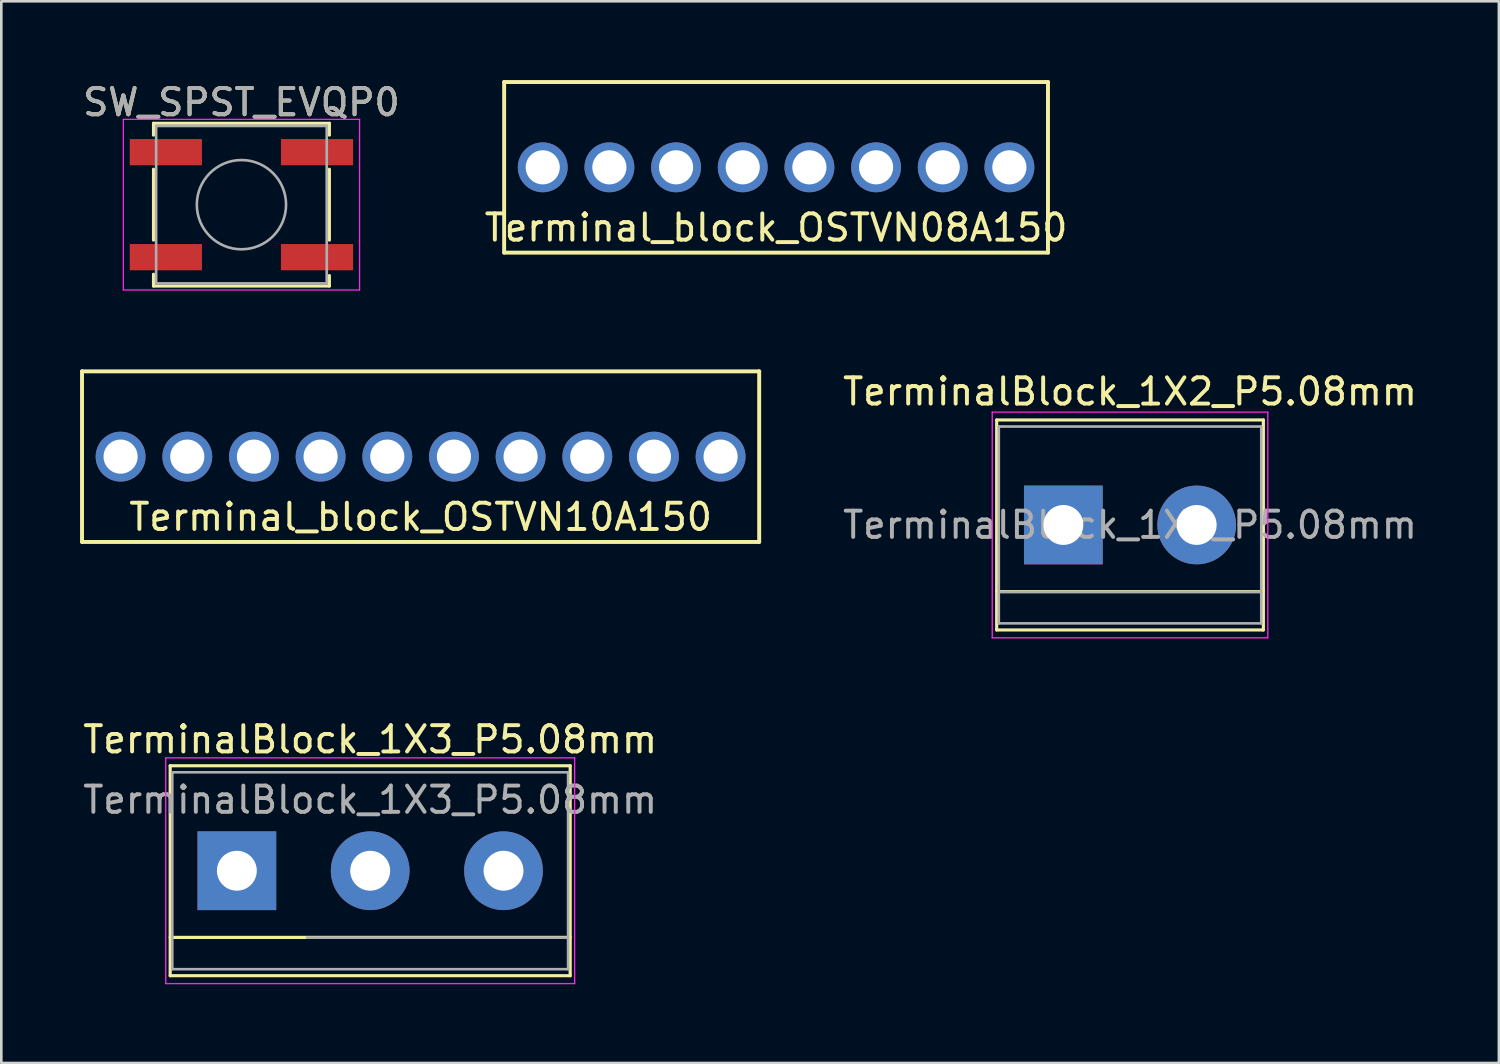
<source format=kicad_pcb>
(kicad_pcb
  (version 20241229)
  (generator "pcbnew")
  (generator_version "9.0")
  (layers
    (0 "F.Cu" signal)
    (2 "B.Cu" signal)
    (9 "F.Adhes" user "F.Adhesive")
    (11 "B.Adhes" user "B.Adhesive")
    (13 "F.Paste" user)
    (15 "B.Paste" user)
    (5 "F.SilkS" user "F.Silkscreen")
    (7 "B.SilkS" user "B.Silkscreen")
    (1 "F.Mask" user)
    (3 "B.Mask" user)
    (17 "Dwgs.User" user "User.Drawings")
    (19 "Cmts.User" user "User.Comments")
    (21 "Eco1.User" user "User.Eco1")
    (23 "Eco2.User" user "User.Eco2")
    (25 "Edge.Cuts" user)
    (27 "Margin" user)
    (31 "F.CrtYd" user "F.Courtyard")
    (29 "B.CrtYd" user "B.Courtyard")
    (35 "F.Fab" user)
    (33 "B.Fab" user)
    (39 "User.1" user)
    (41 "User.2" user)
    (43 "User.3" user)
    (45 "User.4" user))
  (footprint "SW_SPST_EVQP0"
    (layer "F.Cu")
    (at 6.149 4.748)
    (property "Reference" "SW_SPST_EVQP0" (at 0 -3.9 0) (layer "F.SilkS") (effects (font (size 1 1) (thickness 0.15))))
    (attr smd)
    (fp_line (start -3.35 -3.1) (end 3.35 -3.1) (stroke (width 0.12) (type solid)) (layer "F.SilkS"))
    (fp_line (start -3.35 -2.65) (end -3.35 -3.1) (stroke (width 0.12) (type solid)) (layer "F.SilkS"))
    (fp_line (start -3.35 1.35) (end -3.35 -1.35) (stroke (width 0.12) (type solid)) (layer "F.SilkS"))
    (fp_line (start -3.35 2.65) (end -3.35 3.1) (stroke (width 0.12) (type solid)) (layer "F.SilkS"))
    (fp_line (start -3.35 3.1) (end 3.35 3.1) (stroke (width 0.12) (type solid)) (layer "F.SilkS"))
    (fp_line (start 3.35 -3.1) (end 3.35 -2.65) (stroke (width 0.12) (type solid)) (layer "F.SilkS"))
    (fp_line (start 3.35 -1.35) (end 3.35 1.35) (stroke (width 0.12) (type solid)) (layer "F.SilkS"))
    (fp_line (start 3.35 3.1) (end 3.35 2.7) (stroke (width 0.12) (type solid)) (layer "F.SilkS"))
    (fp_line (start -4.5 -3.25) (end 4.5 -3.25) (stroke (width 0.05) (type solid)) (layer "F.CrtYd"))
    (fp_line (start -4.5 3.25) (end -4.5 -3.25) (stroke (width 0.05) (type solid)) (layer "F.CrtYd"))
    (fp_line (start 4.5 -3.25) (end 4.5 3.25) (stroke (width 0.05) (type solid)) (layer "F.CrtYd"))
    (fp_line (start 4.5 3.25) (end -4.5 3.25) (stroke (width 0.05) (type solid)) (layer "F.CrtYd"))
    (fp_line (start -3.25 -3) (end 3.25 -3) (stroke (width 0.1) (type solid)) (layer "F.Fab"))
    (fp_line (start -3.25 3) (end -3.25 -3) (stroke (width 0.1) (type solid)) (layer "F.Fab"))
    (fp_line (start 3.25 -3) (end 3.25 3) (stroke (width 0.1) (type solid)) (layer "F.Fab"))
    (fp_line (start 3.25 3) (end -3.25 3) (stroke (width 0.1) (type solid)) (layer "F.Fab"))
    (fp_circle (center 0 0) (end 1.7 0) (stroke (width 0.1) (type solid)) (fill no) (layer "F.Fab"))
    (fp_text user "${REFERENCE}" (at 0 -3.9 0) (layer "F.Fab") (effects (font (size 1 1) (thickness 0.15))))
    (pad "1" smd rect (at -2.88 -2) (size 2.75 1) (layers "F.Cu" "F.Mask" "F.Paste"))
    (pad "1" smd rect (at 2.88 -2) (size 2.75 1) (layers "F.Cu" "F.Mask" "F.Paste"))
    (pad "2" smd rect (at -2.88 2) (size 2.75 1) (layers "F.Cu" "F.Mask" "F.Paste"))
    (pad "2" smd rect (at 2.88 2) (size 2.75 1) (layers "F.Cu" "F.Mask" "F.Paste")))
  (footprint "TerminalBlock_1X3_P5.08mm"
    (layer "F.Cu")
    (at 11.054 30.125)
    (property "Reference" "TerminalBlock_1X3_P5.08mm" (at 0 -5 0) (layer "F.SilkS") (effects (font (size 1 1) (thickness 0.15))))
    (attr through_hole)
    (fp_line (start -7.62 -4) (end -7.62 4) (stroke (width 0.12) (type solid)) (layer "F.SilkS"))
    (fp_line (start -7.62 4) (end 7.62 4) (stroke (width 0.12) (type solid)) (layer "F.SilkS"))
    (fp_line (start 7.62 -4) (end -7.62 -4) (stroke (width 0.12) (type solid)) (layer "F.SilkS"))
    (fp_line (start 7.62 2.54) (end -7.62 2.54) (stroke (width 0.12) (type solid)) (layer "F.SilkS"))
    (fp_line (start 7.62 4) (end 7.62 -4) (stroke (width 0.12) (type solid)) (layer "F.SilkS"))
    (fp_line (start -7.79 -4.3) (end -7.79 4.3) (stroke (width 0.05) (type solid)) (layer "F.CrtYd"))
    (fp_line (start -7.79 -4.3) (end 7.79 -4.3) (stroke (width 0.05) (type solid)) (layer "F.CrtYd"))
    (fp_line (start 7.79 4.3) (end -7.79 4.3) (stroke (width 0.05) (type solid)) (layer "F.CrtYd"))
    (fp_line (start 7.79 4.3) (end 7.79 -4.3) (stroke (width 0.05) (type solid)) (layer "F.CrtYd"))
    (fp_line (start -7.54 -3.75) (end -7.54 3.75) (stroke (width 0.1) (type solid)) (layer "F.Fab"))
    (fp_line (start -7.54 3.75) (end 7.54 3.75) (stroke (width 0.1) (type solid)) (layer "F.Fab"))
    (fp_line (start -2.41 2.55) (end 7.49 2.55) (stroke (width 0.1) (type solid)) (layer "F.Fab"))
    (fp_line (start 7.54 -3.75) (end -7.54 -3.75) (stroke (width 0.1) (type solid)) (layer "F.Fab"))
    (fp_line (start 7.54 3.75) (end 7.54 -3.75) (stroke (width 0.1) (type solid)) (layer "F.Fab"))
    (fp_text user "${REFERENCE}" (at 0 -2.7 0) (layer "F.Fab") (effects (font (size 1 1) (thickness 0.15))))
    (pad "1" thru_hole rect (at -5.08 0) (size 3 3) (drill 1.52) (layers "*.Cu" "*.Mask"))
    (pad "2" thru_hole circle (at 0 0) (size 3 3) (drill 1.52) (layers "*.Cu" "*.Mask"))
    (pad "3" thru_hole circle (at 5.08 0) (size 3 3) (drill 1.52) (layers "*.Cu" "*.Mask")))
  (footprint "Terminal_block_OSTVN08A150"
    (layer "F.Cu")
    (at 26.518 3.325)
    (property "Reference" "Terminal_block_OSTVN08A150" (at 0 2.3 0) (layer "F.SilkS") (effects (font (size 1 1) (thickness 0.15))))
    (attr through_hole)
    (fp_line (start -10.36 -3.25) (end 10.36 -3.25) (stroke (width 0.15) (type solid)) (layer "F.SilkS"))
    (fp_line (start -10.36 3.25) (end -10.36 -3.25) (stroke (width 0.15) (type solid)) (layer "F.SilkS"))
    (fp_line (start -10.36 3.25) (end 10.36 3.25) (stroke (width 0.15) (type solid)) (layer "F.SilkS"))
    (fp_line (start 10.36 -3.25) (end 10.36 3.25) (stroke (width 0.15) (type solid)) (layer "F.SilkS"))
    (pad "1" thru_hole circle (at -8.89 0) (size 1.9 1.9) (drill 1.3) (layers "*.Cu" "*.Mask"))
    (pad "2" thru_hole circle (at -6.35 0) (size 1.9 1.9) (drill 1.3) (layers "*.Cu" "*.Mask"))
    (pad "3" thru_hole circle (at -3.81 0) (size 1.9 1.9) (drill 1.3) (layers "*.Cu" "*.Mask"))
    (pad "4" thru_hole circle (at -1.27 0) (size 1.9 1.9) (drill 1.3) (layers "*.Cu" "*.Mask"))
    (pad "5" thru_hole circle (at 1.27 0) (size 1.9 1.9) (drill 1.3) (layers "*.Cu" "*.Mask"))
    (pad "6" thru_hole circle (at 3.81 0) (size 1.9 1.9) (drill 1.3) (layers "*.Cu" "*.Mask"))
    (pad "7" thru_hole circle (at 6.35 0) (size 1.9 1.9) (drill 1.3) (layers "*.Cu" "*.Mask"))
    (pad "8" thru_hole circle (at 8.89 0) (size 1.9 1.9) (drill 1.3) (layers "*.Cu" "*.Mask")))
  (footprint "TerminalBlock_1X2_P5.08mm"
    (layer "F.Cu")
    (at 37.464 16.951)
    (property "Reference" "TerminalBlock_1X2_P5.08mm" (at 2.54 -5.08 0) (layer "F.SilkS") (effects (font (size 1 1) (thickness 0.15))))
    (attr through_hole)
    (fp_line (start -2.54 -4) (end -2.54 4) (stroke (width 0.12) (type solid)) (layer "F.SilkS"))
    (fp_line (start -2.54 4) (end 7.62 4) (stroke (width 0.12) (type solid)) (layer "F.SilkS"))
    (fp_line (start 7.62 -4) (end -2.54 -4) (stroke (width 0.12) (type solid)) (layer "F.SilkS"))
    (fp_line (start 7.62 2.54) (end -2.54 2.54) (stroke (width 0.12) (type solid)) (layer "F.SilkS"))
    (fp_line (start 7.62 4) (end 7.62 -4) (stroke (width 0.12) (type solid)) (layer "F.SilkS"))
    (fp_line (start -2.71 -4.3) (end -2.71 4.3) (stroke (width 0.05) (type solid)) (layer "F.CrtYd"))
    (fp_line (start -2.71 -4.3) (end 7.79 -4.3) (stroke (width 0.05) (type solid)) (layer "F.CrtYd"))
    (fp_line (start 7.79 4.3) (end -2.71 4.3) (stroke (width 0.05) (type solid)) (layer "F.CrtYd"))
    (fp_line (start 7.79 4.3) (end 7.79 -4.3) (stroke (width 0.05) (type solid)) (layer "F.CrtYd"))
    (fp_line (start -2.46 -3.75) (end -2.46 3.75) (stroke (width 0.1) (type solid)) (layer "F.Fab"))
    (fp_line (start -2.46 3.75) (end 7.54 3.75) (stroke (width 0.1) (type solid)) (layer "F.Fab"))
    (fp_line (start -2.41 2.55) (end 7.49 2.55) (stroke (width 0.1) (type solid)) (layer "F.Fab"))
    (fp_line (start 7.54 -3.75) (end -2.46 -3.75) (stroke (width 0.1) (type solid)) (layer "F.Fab"))
    (fp_line (start 7.54 3.75) (end 7.54 -3.75) (stroke (width 0.1) (type solid)) (layer "F.Fab"))
    (fp_text user "${REFERENCE}" (at 2.54 0 0) (layer "F.Fab") (effects (font (size 1 1) (thickness 0.15))))
    (pad "1" thru_hole rect (at 0 0) (size 3 3) (drill 1.52) (layers "*.Cu" "*.Mask"))
    (pad "2" thru_hole circle (at 5.08 0) (size 3 3) (drill 1.52) (layers "*.Cu" "*.Mask")))
  (footprint "Terminal_block_OSTVN10A150"
    (layer "F.Cu")
    (at 12.975 14.348)
    (property "Reference" "Terminal_block_OSTVN10A150" (at 0 2.3 0) (layer "F.SilkS") (effects (font (size 1 1) (thickness 0.15))))
    (attr through_hole)
    (fp_line (start -12.9 -3.25) (end 12.9 -3.25) (stroke (width 0.15) (type solid)) (layer "F.SilkS"))
    (fp_line (start -12.9 3.25) (end -12.9 -3.25) (stroke (width 0.15) (type solid)) (layer "F.SilkS"))
    (fp_line (start -12.9 3.25) (end 12.9 3.25) (stroke (width 0.15) (type solid)) (layer "F.SilkS"))
    (fp_line (start 12.9 -3.25) (end 12.9 3.25) (stroke (width 0.15) (type solid)) (layer "F.SilkS"))
    (pad "1" thru_hole circle (at -11.43 0) (size 1.9 1.9) (drill 1.3) (layers "*.Cu" "*.Mask"))
    (pad "2" thru_hole circle (at -8.89 0) (size 1.9 1.9) (drill 1.3) (layers "*.Cu" "*.Mask"))
    (pad "3" thru_hole circle (at -6.35 0) (size 1.9 1.9) (drill 1.3) (layers "*.Cu" "*.Mask"))
    (pad "4" thru_hole circle (at -3.81 0) (size 1.9 1.9) (drill 1.3) (layers "*.Cu" "*.Mask"))
    (pad "5" thru_hole circle (at -1.27 0) (size 1.9 1.9) (drill 1.3) (layers "*.Cu" "*.Mask"))
    (pad "6" thru_hole circle (at 1.27 0) (size 1.9 1.9) (drill 1.3) (layers "*.Cu" "*.Mask"))
    (pad "7" thru_hole circle (at 3.81 0) (size 1.9 1.9) (drill 1.3) (layers "*.Cu" "*.Mask"))
    (pad "8" thru_hole circle (at 6.35 0) (size 1.9 1.9) (drill 1.3) (layers "*.Cu" "*.Mask"))
    (pad "9" thru_hole circle (at 8.89 0) (size 1.9 1.9) (drill 1.3) (layers "*.Cu" "*.Mask"))
    (pad "10" thru_hole circle (at 11.43 0) (size 1.9 1.9) (drill 1.3) (layers "*.Cu" "*.Mask")))
  (gr_rect
    (start -3 -3)
    (end 54.057 37.45)
    (stroke (width 0.1) (type default))
    (fill no)
    (layer "Edge.Cuts")))
</source>
